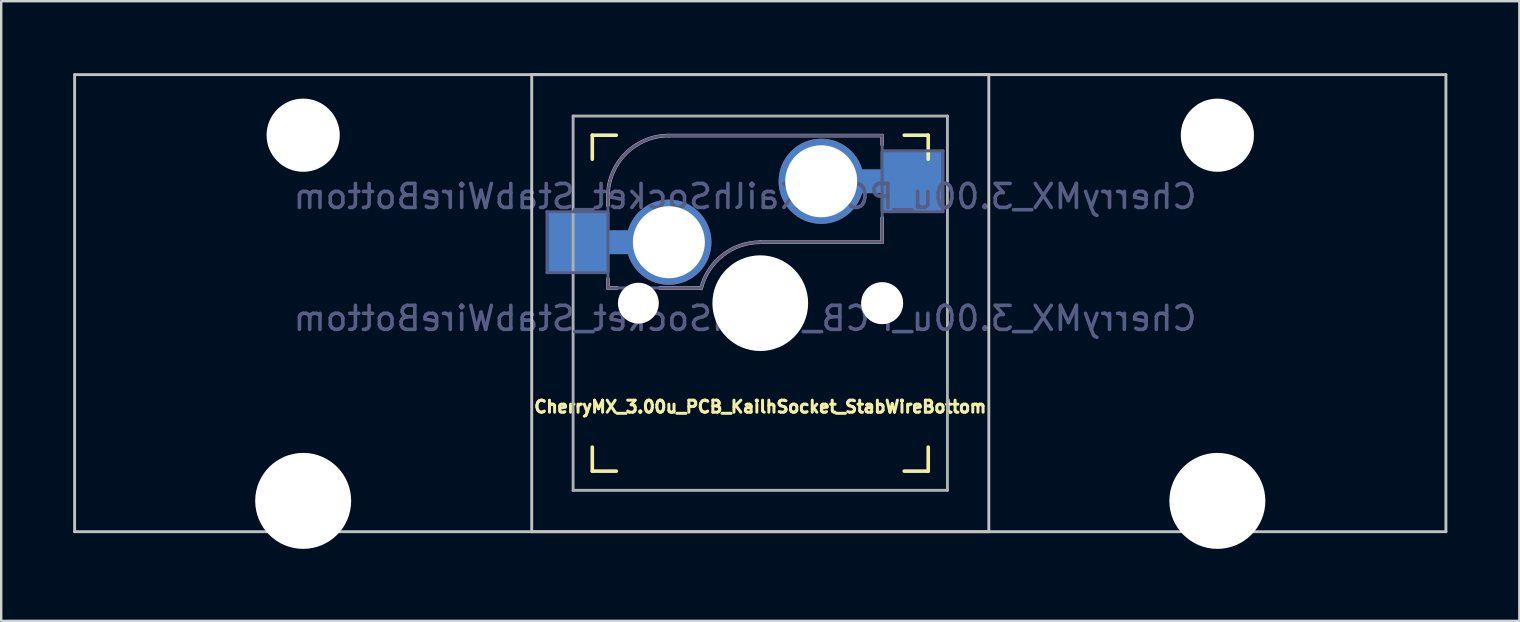
<source format=kicad_pcb>
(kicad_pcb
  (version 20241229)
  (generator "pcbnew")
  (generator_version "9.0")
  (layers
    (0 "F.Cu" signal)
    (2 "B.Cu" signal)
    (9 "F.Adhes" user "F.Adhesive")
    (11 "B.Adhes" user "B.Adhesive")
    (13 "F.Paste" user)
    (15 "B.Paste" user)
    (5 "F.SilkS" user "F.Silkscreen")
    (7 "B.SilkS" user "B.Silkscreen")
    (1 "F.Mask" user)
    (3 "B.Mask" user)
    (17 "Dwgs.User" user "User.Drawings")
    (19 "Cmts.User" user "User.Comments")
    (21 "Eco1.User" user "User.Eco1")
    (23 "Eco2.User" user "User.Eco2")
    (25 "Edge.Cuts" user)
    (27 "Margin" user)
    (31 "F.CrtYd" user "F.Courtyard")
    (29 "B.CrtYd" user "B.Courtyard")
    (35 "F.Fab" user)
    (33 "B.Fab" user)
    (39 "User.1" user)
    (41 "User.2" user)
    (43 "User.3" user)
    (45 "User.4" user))
  (footprint "CherryMX_3.00u_PCB_KailhSocket_StabWireBottom"
    (layer "F.Cu")
    (at 28.635 9.585)
    (property "Reference" "CherryMX_3.00u_PCB_KailhSocket_StabWireBottom" (at 0 4.318 0) (layer "F.SilkS") (effects (font (size 0.5 0.5) (thickness 0.125))))
    (property "Value" "CherryMX_3.00u_PCB_KailhSocket_StabWireBottom" (at 0 8.662 0) (layer "F.Fab") (hide yes) (effects (font (size 1 1) (thickness 0.15))))
    (attr through_hole)
    (fp_line (start -7 -6) (end -7 -7) (stroke (width 0.15) (type solid)) (layer "F.SilkS"))
    (fp_line (start -7 7) (end -7 6) (stroke (width 0.15) (type solid)) (layer "F.SilkS"))
    (fp_line (start -7 7) (end -6 7) (stroke (width 0.15) (type solid)) (layer "F.SilkS"))
    (fp_line (start -6 -7) (end -7 -7) (stroke (width 0.15) (type solid)) (layer "F.SilkS"))
    (fp_line (start 6 7) (end 7 7) (stroke (width 0.15) (type solid)) (layer "F.SilkS"))
    (fp_line (start 7 -7) (end 6 -7) (stroke (width 0.15) (type solid)) (layer "F.SilkS"))
    (fp_line (start 7 -7) (end 7 -6) (stroke (width 0.15) (type solid)) (layer "F.SilkS"))
    (fp_line (start 7 6) (end 7 7) (stroke (width 0.15) (type solid)) (layer "F.SilkS"))
    (fp_line (start -6.35 -4.445) (end -6.35 -4.064) (stroke (width 0.15) (type solid)) (layer "B.SilkS"))
    (fp_line (start -6.35 -1.016) (end -6.35 -0.635) (stroke (width 0.15) (type solid)) (layer "B.SilkS"))
    (fp_line (start -5.969 -0.635) (end -6.35 -0.635) (stroke (width 0.15) (type solid)) (layer "B.SilkS"))
    (fp_line (start -3.81 -6.985) (end 5.08 -6.985) (stroke (width 0.15) (type solid)) (layer "B.SilkS"))
    (fp_line (start -2.464 -0.635) (end -4.191 -0.635) (stroke (width 0.15) (type solid)) (layer "B.SilkS"))
    (fp_line (start 5.08 -6.985) (end 5.08 -6.604) (stroke (width 0.15) (type solid)) (layer "B.SilkS"))
    (fp_line (start 5.08 -3.556) (end 5.08 -2.54) (stroke (width 0.15) (type solid)) (layer "B.SilkS"))
    (fp_line (start 5.08 -2.54) (end 0 -2.54) (stroke (width 0.15) (type solid)) (layer "B.SilkS"))
    (fp_arc (start -6.35 -4.445) (mid -5.606051 -6.241051) (end -3.81 -6.985) (stroke (width 0.15) (type solid)) (layer "B.SilkS"))
    (fp_arc (start -2.464162 -0.61604) (mid -1.563147 -2.002042) (end 0 -2.54) (stroke (width 0.15) (type solid)) (layer "B.SilkS"))
    (fp_line (start -28.575 -9.525) (end 28.575 -9.525) (stroke (width 0.12) (type solid)) (layer "Dwgs.User"))
    (fp_line (start -28.575 9.525) (end -28.575 -9.525) (stroke (width 0.12) (type solid)) (layer "Dwgs.User"))
    (fp_line (start -9.525 -9.525) (end 9.525 -9.525) (stroke (width 0.12) (type solid)) (layer "Dwgs.User"))
    (fp_line (start -9.525 9.525) (end -9.525 -9.525) (stroke (width 0.12) (type solid)) (layer "Dwgs.User"))
    (fp_line (start 9.525 -9.525) (end 9.525 9.525) (stroke (width 0.12) (type solid)) (layer "Dwgs.User"))
    (fp_line (start 9.525 9.525) (end -9.525 9.525) (stroke (width 0.12) (type solid)) (layer "Dwgs.User"))
    (fp_line (start 28.575 -9.525) (end 28.575 9.525) (stroke (width 0.12) (type solid)) (layer "Dwgs.User"))
    (fp_line (start 28.575 9.525) (end -28.575 9.525) (stroke (width 0.12) (type solid)) (layer "Dwgs.User"))
    (fp_line (start -6.9 6.9) (end -6.9 -6.9) (stroke (width 0.15) (type solid)) (layer "Eco2.User"))
    (fp_line (start -6.9 6.9) (end 6.9 6.9) (stroke (width 0.15) (type solid)) (layer "Eco2.User"))
    (fp_line (start 6.9 -6.9) (end -6.9 -6.9) (stroke (width 0.15) (type solid)) (layer "Eco2.User"))
    (fp_line (start 6.9 -6.9) (end 6.9 6.9) (stroke (width 0.15) (type solid)) (layer "Eco2.User"))
    (fp_line (start -8.89 -3.81) (end -6.35 -3.81) (stroke (width 0.12) (type solid)) (layer "B.Fab"))
    (fp_line (start -8.89 -1.27) (end -8.89 -3.81) (stroke (width 0.12) (type solid)) (layer "B.Fab"))
    (fp_line (start -6.35 -1.27) (end -8.89 -1.27) (stroke (width 0.12) (type solid)) (layer "B.Fab"))
    (fp_line (start -6.35 -0.635) (end -6.35 -4.445) (stroke (width 0.12) (type solid)) (layer "B.Fab"))
    (fp_line (start -6.35 -0.635) (end -2.54 -0.635) (stroke (width 0.12) (type solid)) (layer "B.Fab"))
    (fp_line (start -3.81 -6.985) (end 5.08 -6.985) (stroke (width 0.12) (type solid)) (layer "B.Fab"))
    (fp_line (start 5.08 -6.985) (end 5.08 -2.54) (stroke (width 0.12) (type solid)) (layer "B.Fab"))
    (fp_line (start 5.08 -6.35) (end 7.62 -6.35) (stroke (width 0.12) (type solid)) (layer "B.Fab"))
    (fp_line (start 5.08 -2.54) (end 0 -2.54) (stroke (width 0.12) (type solid)) (layer "B.Fab"))
    (fp_line (start 7.62 -6.35) (end 7.62 -3.81) (stroke (width 0.12) (type solid)) (layer "B.Fab"))
    (fp_line (start 7.62 -3.81) (end 5.08 -3.81) (stroke (width 0.12) (type solid)) (layer "B.Fab"))
    (fp_arc (start -6.35 -4.445) (mid -5.606051 -6.241051) (end -3.81 -6.985) (stroke (width 0.12) (type solid)) (layer "B.Fab"))
    (fp_arc (start -2.464162 -0.61604) (mid -1.563147 -2.002042) (end 0 -2.54) (stroke (width 0.12) (type solid)) (layer "B.Fab"))
    (fp_line (start -7.8 -7.8) (end -7.8 7.8) (stroke (width 0.12) (type solid)) (layer "F.Fab"))
    (fp_line (start -7.8 -7.8) (end 7.8 -7.8) (stroke (width 0.12) (type solid)) (layer "F.Fab"))
    (fp_line (start -7.8 7.8) (end 7.8 7.8) (stroke (width 0.12) (type solid)) (layer "F.Fab"))
    (fp_line (start 7.8 -7.8) (end 7.8 7.8) (stroke (width 0.12) (type solid)) (layer "F.Fab"))
    (fp_text user "${VALUE}" (at -0.635 0.635 0) (layer "B.Fab") (effects (font (size 1 1) (thickness 0.15)) (justify mirror)))
    (fp_text user "${REFERENCE}" (at -0.635 -4.445 0) (layer "B.Fab") (effects (font (size 1 1) (thickness 0.15)) (justify mirror)))
    (pad "" np_thru_hole circle (at -19.05 -7) (size 3.05 3.05) (drill 3.05) (layers "*.Cu" "*.Mask"))
    (pad "" np_thru_hole circle (at -19.05 8.24) (size 4 4) (drill 4) (layers "*.Cu" "*.Mask"))
    (pad "" np_thru_hole circle (at -5.08 0) (size 1.702 1.702) (drill 1.702) (layers "*.Cu" "*.Mask"))
    (pad "" np_thru_hole circle (at 0 0) (size 3.988 3.988) (drill 3.988) (layers "*.Cu" "*.Mask"))
    (pad "" np_thru_hole circle (at 5.08 0) (size 1.702 1.702) (drill 1.702) (layers "*.Cu" "*.Mask"))
    (pad "" np_thru_hole circle (at 5.08 0) (size 1.75 1.75) (drill 1.75) (layers "*.Cu" "*.Mask"))
    (pad "" np_thru_hole circle (at 19.05 -7) (size 3.05 3.05) (drill 3.05) (layers "*.Cu" "*.Mask"))
    (pad "" np_thru_hole circle (at 19.05 8.24) (size 4 4) (drill 4) (layers "*.Cu" "*.Mask"))
    (pad "1" smd rect (at -7.56 -2.54) (size 2.55 2.5) (layers "B.Cu" "B.Mask" "B.Paste"))
    (pad "1" connect rect (at -5.715 -2.54 90) (size 1 2.5) (layers "B.Cu"))
    (pad "1" thru_hole circle (at -3.81 -2.54) (size 3.55 3.55) (drill 3) (layers "*.Cu"))
    (pad "2" thru_hole circle (at 2.54 -5.08) (size 3.55 3.55) (drill 3) (layers "*.Cu"))
    (pad "2" connect rect (at 5.015 -5.08 270) (size 1 2.5) (layers "B.Cu"))
    (pad "2" smd rect (at 6.29 -5.08) (size 2.55 2.5) (layers "B.Cu" "B.Mask" "B.Paste")))
  (gr_rect
    (start -3 -3)
    (end 60.27 22.825)
    (stroke (width 0.1) (type default))
    (fill no)
    (layer "Edge.Cuts")))
</source>
